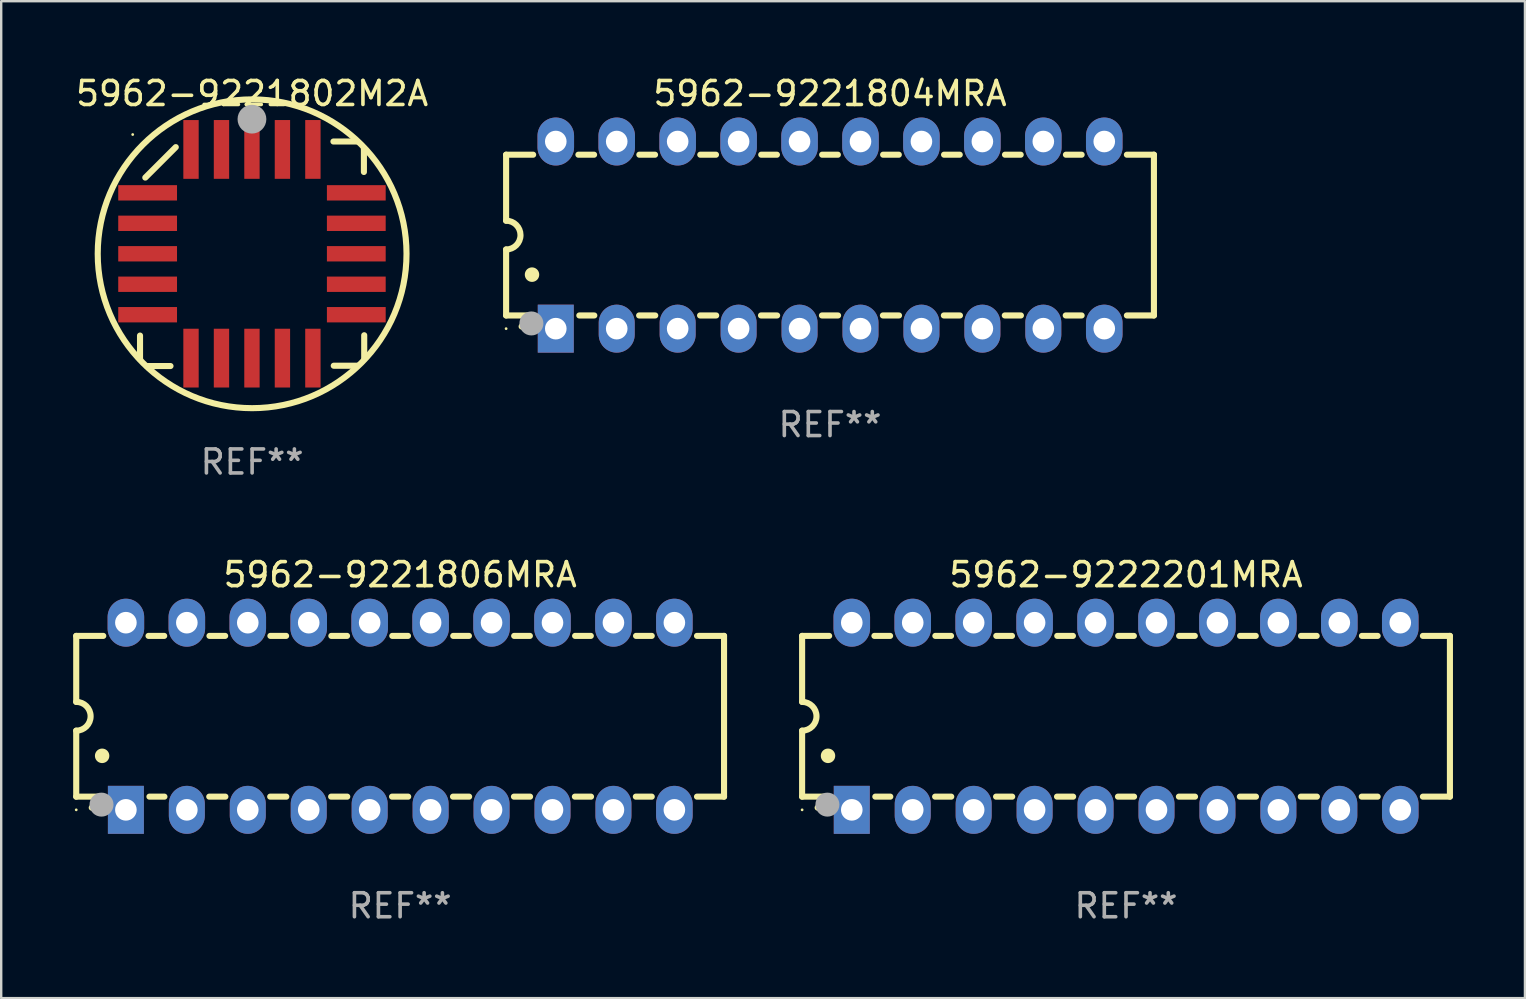
<source format=kicad_pcb>
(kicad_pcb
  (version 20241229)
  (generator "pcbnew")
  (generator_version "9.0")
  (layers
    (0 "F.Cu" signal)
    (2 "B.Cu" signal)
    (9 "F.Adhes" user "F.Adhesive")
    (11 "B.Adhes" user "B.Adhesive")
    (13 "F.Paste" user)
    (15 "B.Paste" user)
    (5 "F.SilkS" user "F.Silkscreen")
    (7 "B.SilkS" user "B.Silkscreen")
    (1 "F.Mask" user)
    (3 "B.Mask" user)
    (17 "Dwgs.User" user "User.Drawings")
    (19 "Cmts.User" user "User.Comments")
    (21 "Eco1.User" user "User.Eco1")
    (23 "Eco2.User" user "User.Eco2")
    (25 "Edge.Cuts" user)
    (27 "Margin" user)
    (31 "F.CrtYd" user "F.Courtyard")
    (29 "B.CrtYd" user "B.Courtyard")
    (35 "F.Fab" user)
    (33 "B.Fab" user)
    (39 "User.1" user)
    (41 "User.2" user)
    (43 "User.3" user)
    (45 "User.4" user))
  (footprint "5962-9221804MRA"
    (layer "F.Cu")
    (at 31.544 6.748)
    (property "Reference" "5962-9221804MRA" (at 0 -5.9 0) (layer "F.SilkS") (effects (font (size 1 1) (thickness 0.15))))
    (attr through_hole)
    (fp_line (start -13.5 -3.35) (end -12.373 -3.35) (stroke (width 0.254) (type solid)) (layer "F.SilkS"))
    (fp_line (start -13.5 -0.6) (end -13.5 -3.35) (stroke (width 0.254) (type solid)) (layer "F.SilkS"))
    (fp_line (start -13.5 3.35) (end -13.5 0.6) (stroke (width 0.254) (type solid)) (layer "F.SilkS"))
    (fp_line (start -13.5 3.35) (end -12.411 3.35) (stroke (width 0.254) (type solid)) (layer "F.SilkS"))
    (fp_line (start -10.487 -3.35) (end -9.833 -3.35) (stroke (width 0.254) (type solid)) (layer "F.SilkS"))
    (fp_line (start -10.449 3.35) (end -9.824 3.35) (stroke (width 0.254) (type solid)) (layer "F.SilkS"))
    (fp_line (start -7.956 3.35) (end -7.284 3.35) (stroke (width 0.254) (type solid)) (layer "F.SilkS"))
    (fp_line (start -7.947 -3.35) (end -7.293 -3.35) (stroke (width 0.254) (type solid)) (layer "F.SilkS"))
    (fp_line (start -5.416 3.35) (end -4.744 3.35) (stroke (width 0.254) (type solid)) (layer "F.SilkS"))
    (fp_line (start -5.407 -3.35) (end -4.753 -3.35) (stroke (width 0.254) (type solid)) (layer "F.SilkS"))
    (fp_line (start -2.876 3.35) (end -2.204 3.35) (stroke (width 0.254) (type solid)) (layer "F.SilkS"))
    (fp_line (start -2.867 -3.35) (end -2.213 -3.35) (stroke (width 0.254) (type solid)) (layer "F.SilkS"))
    (fp_line (start -0.336 3.35) (end 0.336 3.35) (stroke (width 0.254) (type solid)) (layer "F.SilkS"))
    (fp_line (start -0.327 -3.35) (end 0.327 -3.35) (stroke (width 0.254) (type solid)) (layer "F.SilkS"))
    (fp_line (start 2.204 3.35) (end 2.876 3.35) (stroke (width 0.254) (type solid)) (layer "F.SilkS"))
    (fp_line (start 2.213 -3.35) (end 2.867 -3.35) (stroke (width 0.254) (type solid)) (layer "F.SilkS"))
    (fp_line (start 4.744 3.35) (end 5.416 3.35) (stroke (width 0.254) (type solid)) (layer "F.SilkS"))
    (fp_line (start 4.753 -3.35) (end 5.407 -3.35) (stroke (width 0.254) (type solid)) (layer "F.SilkS"))
    (fp_line (start 7.284 3.35) (end 7.956 3.35) (stroke (width 0.254) (type solid)) (layer "F.SilkS"))
    (fp_line (start 7.293 -3.35) (end 7.947 -3.35) (stroke (width 0.254) (type solid)) (layer "F.SilkS"))
    (fp_line (start 9.824 3.35) (end 10.487 3.35) (stroke (width 0.254) (type solid)) (layer "F.SilkS"))
    (fp_line (start 9.833 -3.35) (end 10.487 -3.35) (stroke (width 0.254) (type solid)) (layer "F.SilkS"))
    (fp_line (start 12.373 -3.35) (end 13.5 -3.35) (stroke (width 0.254) (type solid)) (layer "F.SilkS"))
    (fp_line (start 12.373 3.35) (end 13.5 3.35) (stroke (width 0.254) (type solid)) (layer "F.SilkS"))
    (fp_line (start 13.5 -3.35) (end 13.5 3.35) (stroke (width 0.254) (type solid)) (layer "F.SilkS"))
    (fp_arc (start -13.500127 -0.599442) (mid -12.900406 0.000228) (end -13.500025 0.6) (stroke (width 0.254001) (type solid)) (layer "F.SilkS"))
    (fp_arc (start -12.854966 3.810008) (mid -12.854973 3.808738) (end -12.854966 3.807468) (stroke (width 0.25) (type solid)) (layer "F.SilkS"))
    (fp_arc (start -12.420625 1.651003) (mid -12.420636 1.648463) (end -12.420625 1.645923) (stroke (width 0.6) (type solid)) (layer "F.SilkS"))
    (fp_circle (center -13.5 3.9) (end -13.47 3.9) (stroke (width 0.06) (type solid)) (fill no) (layer "F.SilkS"))
    (fp_circle (center -12.446 3.683) (end -12.196 3.683) (stroke (width 0.5) (type solid)) (fill no) (layer "F.Fab"))
    (fp_text user "REF**" (at 0 7.9 0) (layer "F.Fab") (effects (font (size 1 1) (thickness 0.15))))
    (pad "1" thru_hole rect (at -11.43 3.9 90) (size 2 1.5) (drill 0.9) (layers "*.Cu" "*.Mask"))
    (pad "2" thru_hole oval (at -8.89 3.9 90) (size 2 1.5) (drill 0.9) (layers "*.Cu" "*.Mask"))
    (pad "3" thru_hole oval (at -6.35 3.9 90) (size 2 1.5) (drill 0.9) (layers "*.Cu" "*.Mask"))
    (pad "4" thru_hole oval (at -3.81 3.9 90) (size 2 1.5) (drill 0.9) (layers "*.Cu" "*.Mask"))
    (pad "5" thru_hole oval (at -1.27 3.9 90) (size 2 1.5) (drill 0.9) (layers "*.Cu" "*.Mask"))
    (pad "6" thru_hole oval (at 1.27 3.9 90) (size 2 1.5) (drill 0.9) (layers "*.Cu" "*.Mask"))
    (pad "7" thru_hole oval (at 3.81 3.9 90) (size 2 1.5) (drill 0.9) (layers "*.Cu" "*.Mask"))
    (pad "8" thru_hole oval (at 6.35 3.9 90) (size 2 1.5) (drill 0.9) (layers "*.Cu" "*.Mask"))
    (pad "9" thru_hole oval (at 8.89 3.9 90) (size 2 1.5) (drill 0.9) (layers "*.Cu" "*.Mask"))
    (pad "10" thru_hole oval (at 11.43 3.9 90) (size 2 1.524) (drill 0.9) (layers "*.Cu" "*.Mask"))
    (pad "11" thru_hole oval (at 11.43 -3.9 90) (size 2 1.524) (drill 0.9) (layers "*.Cu" "*.Mask"))
    (pad "12" thru_hole oval (at 8.89 -3.9 90) (size 2 1.524) (drill 0.9) (layers "*.Cu" "*.Mask"))
    (pad "13" thru_hole oval (at 6.35 -3.9 90) (size 2 1.524) (drill 0.9) (layers "*.Cu" "*.Mask"))
    (pad "14" thru_hole oval (at 3.81 -3.9 90) (size 2 1.524) (drill 0.9) (layers "*.Cu" "*.Mask"))
    (pad "15" thru_hole oval (at 1.27 -3.9 90) (size 2 1.524) (drill 0.9) (layers "*.Cu" "*.Mask"))
    (pad "16" thru_hole oval (at -1.27 -3.9 90) (size 2 1.524) (drill 0.9) (layers "*.Cu" "*.Mask"))
    (pad "17" thru_hole oval (at -3.81 -3.9 90) (size 2 1.524) (drill 0.9) (layers "*.Cu" "*.Mask"))
    (pad "18" thru_hole oval (at -6.35 -3.9 90) (size 2 1.524) (drill 0.9) (layers "*.Cu" "*.Mask"))
    (pad "19" thru_hole oval (at -8.89 -3.9 90) (size 2 1.524) (drill 0.9) (layers "*.Cu" "*.Mask"))
    (pad "20" thru_hole oval (at -11.43 -3.9 90) (size 2 1.524) (drill 0.9) (layers "*.Cu" "*.Mask")))
  (footprint "5962-9221802M2A"
    (layer "F.Cu")
    (at 7.458 7.527)
    (property "Reference" "5962-9221802M2A" (at 0 -6.679 0) (layer "F.SilkS") (effects (font (size 1 1) (thickness 0.15))))
    (attr through_hole)
    (fp_line (start -4.672 4.4) (end -4.672 3.409) (stroke (width 0.254) (type solid)) (layer "F.SilkS"))
    (fp_line (start -4.452 -3.175) (end -3.182 -4.445) (stroke (width 0.254) (type solid)) (layer "F.SilkS"))
    (fp_line (start -4.393 4.679) (end -3.402 4.679) (stroke (width 0.254) (type solid)) (layer "F.SilkS"))
    (fp_line (start 4.379 -4.679) (end 3.389 -4.679) (stroke (width 0.254) (type solid)) (layer "F.SilkS"))
    (fp_line (start 4.393 4.666) (end 3.402 4.666) (stroke (width 0.254) (type solid)) (layer "F.SilkS"))
    (fp_line (start 4.659 -4.4) (end 4.659 -3.409) (stroke (width 0.254) (type solid)) (layer "F.SilkS"))
    (fp_line (start 4.672 4.386) (end 4.672 3.396) (stroke (width 0.254) (type solid)) (layer "F.SilkS"))
    (fp_arc (start -4.672276 4.424968) (mid 4.672254 -4.424946) (end -4.672276 4.424968) (stroke (width 0.254001) (type solid)) (layer "F.SilkS"))
    (fp_arc (start 0.089827 -5.759969) (mid 0.097662 -5.803742) (end 0.120307 -5.842012) (stroke (width 0.249936) (type solid)) (layer "F.SilkS"))
    (fp_circle (center -4.977 -4.97) (end -4.947 -4.97) (stroke (width 0.06) (type solid)) (fill no) (layer "F.SilkS"))
    (fp_circle (center -0.007 -5.61) (end 0.293 -5.61) (stroke (width 0.6) (type solid)) (fill no) (layer "F.Fab"))
    (fp_text user "REF**" (at 0 8.679 0) (layer "F.Fab") (effects (font (size 1 1) (thickness 0.15))))
    (pad "1" smd rect (at -0.007 -4.349) (size 0.64 2.45) (layers "F.Cu" "F.Mask" "F.Paste"))
    (pad "2" smd rect (at -1.277 -4.349) (size 0.64 2.45) (layers "F.Cu" "F.Mask" "F.Paste"))
    (pad "3" smd rect (at -2.547 -4.348) (size 0.64 2.45) (layers "F.Cu" "F.Mask" "F.Paste"))
    (pad "4" smd rect (at -4.355 -2.54) (size 2.45 0.64) (layers "F.Cu" "F.Mask" "F.Paste"))
    (pad "5" smd rect (at -4.355 -1.27) (size 2.45 0.64) (layers "F.Cu" "F.Mask" "F.Paste"))
    (pad "6" smd rect (at -4.355 0) (size 2.45 0.64) (layers "F.Cu" "F.Mask" "F.Paste"))
    (pad "7" smd rect (at -4.355 1.27) (size 2.45 0.64) (layers "F.Cu" "F.Mask" "F.Paste"))
    (pad "8" smd rect (at -4.355 2.54) (size 2.45 0.64) (layers "F.Cu" "F.Mask" "F.Paste"))
    (pad "9" smd rect (at -2.547 4.349) (size 0.64 2.45) (layers "F.Cu" "F.Mask" "F.Paste"))
    (pad "10" smd rect (at -1.277 4.349) (size 0.64 2.45) (layers "F.Cu" "F.Mask" "F.Paste"))
    (pad "11" smd rect (at -0.007 4.349) (size 0.64 2.45) (layers "F.Cu" "F.Mask" "F.Paste"))
    (pad "12" smd rect (at 1.263 4.349) (size 0.64 2.45) (layers "F.Cu" "F.Mask" "F.Paste"))
    (pad "13" smd rect (at 2.533 4.349) (size 0.64 2.45) (layers "F.Cu" "F.Mask" "F.Paste"))
    (pad "14" smd rect (at 4.342 2.54) (size 2.45 0.64) (layers "F.Cu" "F.Mask" "F.Paste"))
    (pad "15" smd rect (at 4.342 1.27) (size 2.45 0.64) (layers "F.Cu" "F.Mask" "F.Paste"))
    (pad "16" smd rect (at 4.342 0) (size 2.45 0.64) (layers "F.Cu" "F.Mask" "F.Paste"))
    (pad "17" smd rect (at 4.342 -1.27) (size 2.45 0.64) (layers "F.Cu" "F.Mask" "F.Paste"))
    (pad "18" smd rect (at 4.342 -2.54) (size 2.45 0.64) (layers "F.Cu" "F.Mask" "F.Paste"))
    (pad "19" smd rect (at 2.533 -4.349) (size 0.64 2.45) (layers "F.Cu" "F.Mask" "F.Paste"))
    (pad "20" smd rect (at 1.263 -4.349) (size 0.64 2.45) (layers "F.Cu" "F.Mask" "F.Paste")))
  (footprint "5962-9222201MRA"
    (layer "F.Cu")
    (at 43.881 26.803)
    (property "Reference" "5962-9222201MRA" (at 0 -5.9 0) (layer "F.SilkS") (effects (font (size 1 1) (thickness 0.15))))
    (attr through_hole)
    (fp_line (start -13.5 -3.35) (end -12.373 -3.35) (stroke (width 0.254) (type solid)) (layer "F.SilkS"))
    (fp_line (start -13.5 -0.6) (end -13.5 -3.35) (stroke (width 0.254) (type solid)) (layer "F.SilkS"))
    (fp_line (start -13.5 3.35) (end -13.5 0.6) (stroke (width 0.254) (type solid)) (layer "F.SilkS"))
    (fp_line (start -13.5 3.35) (end -12.411 3.35) (stroke (width 0.254) (type solid)) (layer "F.SilkS"))
    (fp_line (start -10.487 -3.35) (end -9.833 -3.35) (stroke (width 0.254) (type solid)) (layer "F.SilkS"))
    (fp_line (start -10.449 3.35) (end -9.824 3.35) (stroke (width 0.254) (type solid)) (layer "F.SilkS"))
    (fp_line (start -7.956 3.35) (end -7.284 3.35) (stroke (width 0.254) (type solid)) (layer "F.SilkS"))
    (fp_line (start -7.947 -3.35) (end -7.293 -3.35) (stroke (width 0.254) (type solid)) (layer "F.SilkS"))
    (fp_line (start -5.416 3.35) (end -4.744 3.35) (stroke (width 0.254) (type solid)) (layer "F.SilkS"))
    (fp_line (start -5.407 -3.35) (end -4.753 -3.35) (stroke (width 0.254) (type solid)) (layer "F.SilkS"))
    (fp_line (start -2.876 3.35) (end -2.204 3.35) (stroke (width 0.254) (type solid)) (layer "F.SilkS"))
    (fp_line (start -2.867 -3.35) (end -2.213 -3.35) (stroke (width 0.254) (type solid)) (layer "F.SilkS"))
    (fp_line (start -0.336 3.35) (end 0.336 3.35) (stroke (width 0.254) (type solid)) (layer "F.SilkS"))
    (fp_line (start -0.327 -3.35) (end 0.327 -3.35) (stroke (width 0.254) (type solid)) (layer "F.SilkS"))
    (fp_line (start 2.204 3.35) (end 2.876 3.35) (stroke (width 0.254) (type solid)) (layer "F.SilkS"))
    (fp_line (start 2.213 -3.35) (end 2.867 -3.35) (stroke (width 0.254) (type solid)) (layer "F.SilkS"))
    (fp_line (start 4.744 3.35) (end 5.416 3.35) (stroke (width 0.254) (type solid)) (layer "F.SilkS"))
    (fp_line (start 4.753 -3.35) (end 5.407 -3.35) (stroke (width 0.254) (type solid)) (layer "F.SilkS"))
    (fp_line (start 7.284 3.35) (end 7.956 3.35) (stroke (width 0.254) (type solid)) (layer "F.SilkS"))
    (fp_line (start 7.293 -3.35) (end 7.947 -3.35) (stroke (width 0.254) (type solid)) (layer "F.SilkS"))
    (fp_line (start 9.824 3.35) (end 10.487 3.35) (stroke (width 0.254) (type solid)) (layer "F.SilkS"))
    (fp_line (start 9.833 -3.35) (end 10.487 -3.35) (stroke (width 0.254) (type solid)) (layer "F.SilkS"))
    (fp_line (start 12.373 -3.35) (end 13.5 -3.35) (stroke (width 0.254) (type solid)) (layer "F.SilkS"))
    (fp_line (start 12.373 3.35) (end 13.5 3.35) (stroke (width 0.254) (type solid)) (layer "F.SilkS"))
    (fp_line (start 13.5 -3.35) (end 13.5 3.35) (stroke (width 0.254) (type solid)) (layer "F.SilkS"))
    (fp_arc (start -13.500127 -0.599442) (mid -12.900406 0.000228) (end -13.500025 0.6) (stroke (width 0.254001) (type solid)) (layer "F.SilkS"))
    (fp_arc (start -12.854966 3.810008) (mid -12.854973 3.808738) (end -12.854966 3.807468) (stroke (width 0.25) (type solid)) (layer "F.SilkS"))
    (fp_arc (start -12.420625 1.651003) (mid -12.420636 1.648463) (end -12.420625 1.645923) (stroke (width 0.6) (type solid)) (layer "F.SilkS"))
    (fp_circle (center -13.5 3.9) (end -13.47 3.9) (stroke (width 0.06) (type solid)) (fill no) (layer "F.SilkS"))
    (fp_circle (center -12.446 3.683) (end -12.196 3.683) (stroke (width 0.5) (type solid)) (fill no) (layer "F.Fab"))
    (fp_text user "REF**" (at 0 7.9 0) (layer "F.Fab") (effects (font (size 1 1) (thickness 0.15))))
    (pad "1" thru_hole rect (at -11.43 3.9 90) (size 2 1.5) (drill 0.9) (layers "*.Cu" "*.Mask"))
    (pad "2" thru_hole oval (at -8.89 3.9 90) (size 2 1.5) (drill 0.9) (layers "*.Cu" "*.Mask"))
    (pad "3" thru_hole oval (at -6.35 3.9 90) (size 2 1.5) (drill 0.9) (layers "*.Cu" "*.Mask"))
    (pad "4" thru_hole oval (at -3.81 3.9 90) (size 2 1.5) (drill 0.9) (layers "*.Cu" "*.Mask"))
    (pad "5" thru_hole oval (at -1.27 3.9 90) (size 2 1.5) (drill 0.9) (layers "*.Cu" "*.Mask"))
    (pad "6" thru_hole oval (at 1.27 3.9 90) (size 2 1.5) (drill 0.9) (layers "*.Cu" "*.Mask"))
    (pad "7" thru_hole oval (at 3.81 3.9 90) (size 2 1.5) (drill 0.9) (layers "*.Cu" "*.Mask"))
    (pad "8" thru_hole oval (at 6.35 3.9 90) (size 2 1.5) (drill 0.9) (layers "*.Cu" "*.Mask"))
    (pad "9" thru_hole oval (at 8.89 3.9 90) (size 2 1.5) (drill 0.9) (layers "*.Cu" "*.Mask"))
    (pad "10" thru_hole oval (at 11.43 3.9 90) (size 2 1.524) (drill 0.9) (layers "*.Cu" "*.Mask"))
    (pad "11" thru_hole oval (at 11.43 -3.9 90) (size 2 1.524) (drill 0.9) (layers "*.Cu" "*.Mask"))
    (pad "12" thru_hole oval (at 8.89 -3.9 90) (size 2 1.524) (drill 0.9) (layers "*.Cu" "*.Mask"))
    (pad "13" thru_hole oval (at 6.35 -3.9 90) (size 2 1.524) (drill 0.9) (layers "*.Cu" "*.Mask"))
    (pad "14" thru_hole oval (at 3.81 -3.9 90) (size 2 1.524) (drill 0.9) (layers "*.Cu" "*.Mask"))
    (pad "15" thru_hole oval (at 1.27 -3.9 90) (size 2 1.524) (drill 0.9) (layers "*.Cu" "*.Mask"))
    (pad "16" thru_hole oval (at -1.27 -3.9 90) (size 2 1.524) (drill 0.9) (layers "*.Cu" "*.Mask"))
    (pad "17" thru_hole oval (at -3.81 -3.9 90) (size 2 1.524) (drill 0.9) (layers "*.Cu" "*.Mask"))
    (pad "18" thru_hole oval (at -6.35 -3.9 90) (size 2 1.524) (drill 0.9) (layers "*.Cu" "*.Mask"))
    (pad "19" thru_hole oval (at -8.89 -3.9 90) (size 2 1.524) (drill 0.9) (layers "*.Cu" "*.Mask"))
    (pad "20" thru_hole oval (at -11.43 -3.9 90) (size 2 1.524) (drill 0.9) (layers "*.Cu" "*.Mask")))
  (footprint "5962-9221806MRA"
    (layer "F.Cu")
    (at 13.627 26.803)
    (property "Reference" "5962-9221806MRA" (at 0 -5.9 0) (layer "F.SilkS") (effects (font (size 1 1) (thickness 0.15))))
    (attr through_hole)
    (fp_line (start -13.5 -3.35) (end -12.373 -3.35) (stroke (width 0.254) (type solid)) (layer "F.SilkS"))
    (fp_line (start -13.5 -0.6) (end -13.5 -3.35) (stroke (width 0.254) (type solid)) (layer "F.SilkS"))
    (fp_line (start -13.5 3.35) (end -13.5 0.6) (stroke (width 0.254) (type solid)) (layer "F.SilkS"))
    (fp_line (start -13.5 3.35) (end -12.411 3.35) (stroke (width 0.254) (type solid)) (layer "F.SilkS"))
    (fp_line (start -10.487 -3.35) (end -9.833 -3.35) (stroke (width 0.254) (type solid)) (layer "F.SilkS"))
    (fp_line (start -10.449 3.35) (end -9.824 3.35) (stroke (width 0.254) (type solid)) (layer "F.SilkS"))
    (fp_line (start -7.956 3.35) (end -7.284 3.35) (stroke (width 0.254) (type solid)) (layer "F.SilkS"))
    (fp_line (start -7.947 -3.35) (end -7.293 -3.35) (stroke (width 0.254) (type solid)) (layer "F.SilkS"))
    (fp_line (start -5.416 3.35) (end -4.744 3.35) (stroke (width 0.254) (type solid)) (layer "F.SilkS"))
    (fp_line (start -5.407 -3.35) (end -4.753 -3.35) (stroke (width 0.254) (type solid)) (layer "F.SilkS"))
    (fp_line (start -2.876 3.35) (end -2.204 3.35) (stroke (width 0.254) (type solid)) (layer "F.SilkS"))
    (fp_line (start -2.867 -3.35) (end -2.213 -3.35) (stroke (width 0.254) (type solid)) (layer "F.SilkS"))
    (fp_line (start -0.336 3.35) (end 0.336 3.35) (stroke (width 0.254) (type solid)) (layer "F.SilkS"))
    (fp_line (start -0.327 -3.35) (end 0.327 -3.35) (stroke (width 0.254) (type solid)) (layer "F.SilkS"))
    (fp_line (start 2.204 3.35) (end 2.876 3.35) (stroke (width 0.254) (type solid)) (layer "F.SilkS"))
    (fp_line (start 2.213 -3.35) (end 2.867 -3.35) (stroke (width 0.254) (type solid)) (layer "F.SilkS"))
    (fp_line (start 4.744 3.35) (end 5.416 3.35) (stroke (width 0.254) (type solid)) (layer "F.SilkS"))
    (fp_line (start 4.753 -3.35) (end 5.407 -3.35) (stroke (width 0.254) (type solid)) (layer "F.SilkS"))
    (fp_line (start 7.284 3.35) (end 7.956 3.35) (stroke (width 0.254) (type solid)) (layer "F.SilkS"))
    (fp_line (start 7.293 -3.35) (end 7.947 -3.35) (stroke (width 0.254) (type solid)) (layer "F.SilkS"))
    (fp_line (start 9.824 3.35) (end 10.487 3.35) (stroke (width 0.254) (type solid)) (layer "F.SilkS"))
    (fp_line (start 9.833 -3.35) (end 10.487 -3.35) (stroke (width 0.254) (type solid)) (layer "F.SilkS"))
    (fp_line (start 12.373 -3.35) (end 13.5 -3.35) (stroke (width 0.254) (type solid)) (layer "F.SilkS"))
    (fp_line (start 12.373 3.35) (end 13.5 3.35) (stroke (width 0.254) (type solid)) (layer "F.SilkS"))
    (fp_line (start 13.5 -3.35) (end 13.5 3.35) (stroke (width 0.254) (type solid)) (layer "F.SilkS"))
    (fp_arc (start -13.500127 -0.599442) (mid -12.900406 0.000228) (end -13.500025 0.6) (stroke (width 0.254001) (type solid)) (layer "F.SilkS"))
    (fp_arc (start -12.854966 3.810008) (mid -12.854973 3.808738) (end -12.854966 3.807468) (stroke (width 0.25) (type solid)) (layer "F.SilkS"))
    (fp_arc (start -12.420625 1.651003) (mid -12.420636 1.648463) (end -12.420625 1.645923) (stroke (width 0.6) (type solid)) (layer "F.SilkS"))
    (fp_circle (center -13.5 3.9) (end -13.47 3.9) (stroke (width 0.06) (type solid)) (fill no) (layer "F.SilkS"))
    (fp_circle (center -12.446 3.683) (end -12.196 3.683) (stroke (width 0.5) (type solid)) (fill no) (layer "F.Fab"))
    (fp_text user "REF**" (at 0 7.9 0) (layer "F.Fab") (effects (font (size 1 1) (thickness 0.15))))
    (pad "1" thru_hole rect (at -11.43 3.9 90) (size 2 1.5) (drill 0.9) (layers "*.Cu" "*.Mask"))
    (pad "2" thru_hole oval (at -8.89 3.9 90) (size 2 1.5) (drill 0.9) (layers "*.Cu" "*.Mask"))
    (pad "3" thru_hole oval (at -6.35 3.9 90) (size 2 1.5) (drill 0.9) (layers "*.Cu" "*.Mask"))
    (pad "4" thru_hole oval (at -3.81 3.9 90) (size 2 1.5) (drill 0.9) (layers "*.Cu" "*.Mask"))
    (pad "5" thru_hole oval (at -1.27 3.9 90) (size 2 1.5) (drill 0.9) (layers "*.Cu" "*.Mask"))
    (pad "6" thru_hole oval (at 1.27 3.9 90) (size 2 1.5) (drill 0.9) (layers "*.Cu" "*.Mask"))
    (pad "7" thru_hole oval (at 3.81 3.9 90) (size 2 1.5) (drill 0.9) (layers "*.Cu" "*.Mask"))
    (pad "8" thru_hole oval (at 6.35 3.9 90) (size 2 1.5) (drill 0.9) (layers "*.Cu" "*.Mask"))
    (pad "9" thru_hole oval (at 8.89 3.9 90) (size 2 1.5) (drill 0.9) (layers "*.Cu" "*.Mask"))
    (pad "10" thru_hole oval (at 11.43 3.9 90) (size 2 1.524) (drill 0.9) (layers "*.Cu" "*.Mask"))
    (pad "11" thru_hole oval (at 11.43 -3.9 90) (size 2 1.524) (drill 0.9) (layers "*.Cu" "*.Mask"))
    (pad "12" thru_hole oval (at 8.89 -3.9 90) (size 2 1.524) (drill 0.9) (layers "*.Cu" "*.Mask"))
    (pad "13" thru_hole oval (at 6.35 -3.9 90) (size 2 1.524) (drill 0.9) (layers "*.Cu" "*.Mask"))
    (pad "14" thru_hole oval (at 3.81 -3.9 90) (size 2 1.524) (drill 0.9) (layers "*.Cu" "*.Mask"))
    (pad "15" thru_hole oval (at 1.27 -3.9 90) (size 2 1.524) (drill 0.9) (layers "*.Cu" "*.Mask"))
    (pad "16" thru_hole oval (at -1.27 -3.9 90) (size 2 1.524) (drill 0.9) (layers "*.Cu" "*.Mask"))
    (pad "17" thru_hole oval (at -3.81 -3.9 90) (size 2 1.524) (drill 0.9) (layers "*.Cu" "*.Mask"))
    (pad "18" thru_hole oval (at -6.35 -3.9 90) (size 2 1.524) (drill 0.9) (layers "*.Cu" "*.Mask"))
    (pad "19" thru_hole oval (at -8.89 -3.9 90) (size 2 1.524) (drill 0.9) (layers "*.Cu" "*.Mask"))
    (pad "20" thru_hole oval (at -11.43 -3.9 90) (size 2 1.524) (drill 0.9) (layers "*.Cu" "*.Mask")))
  (gr_rect
    (start -3 -3)
    (end 60.508 38.551)
    (stroke (width 0.1) (type default))
    (fill no)
    (layer "Edge.Cuts")))
</source>
